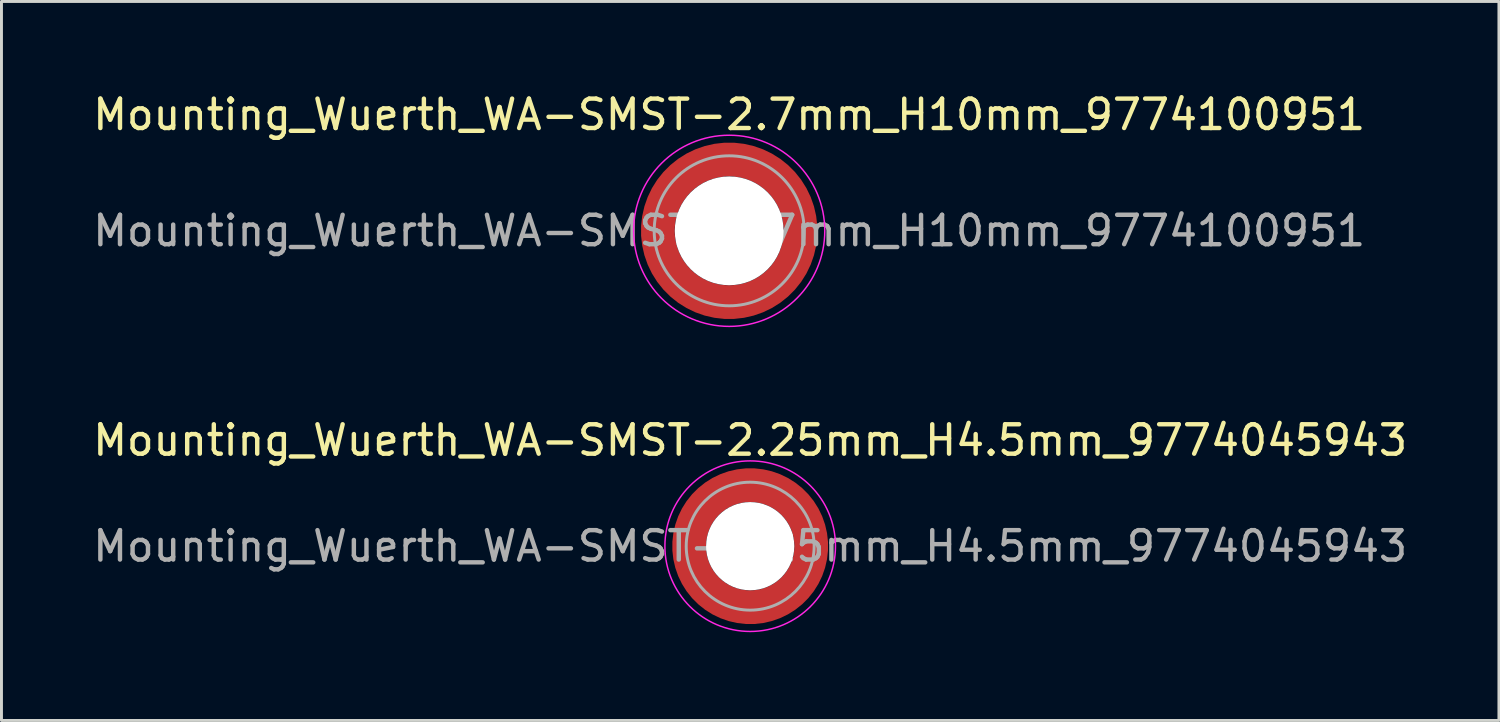
<source format=kicad_pcb>
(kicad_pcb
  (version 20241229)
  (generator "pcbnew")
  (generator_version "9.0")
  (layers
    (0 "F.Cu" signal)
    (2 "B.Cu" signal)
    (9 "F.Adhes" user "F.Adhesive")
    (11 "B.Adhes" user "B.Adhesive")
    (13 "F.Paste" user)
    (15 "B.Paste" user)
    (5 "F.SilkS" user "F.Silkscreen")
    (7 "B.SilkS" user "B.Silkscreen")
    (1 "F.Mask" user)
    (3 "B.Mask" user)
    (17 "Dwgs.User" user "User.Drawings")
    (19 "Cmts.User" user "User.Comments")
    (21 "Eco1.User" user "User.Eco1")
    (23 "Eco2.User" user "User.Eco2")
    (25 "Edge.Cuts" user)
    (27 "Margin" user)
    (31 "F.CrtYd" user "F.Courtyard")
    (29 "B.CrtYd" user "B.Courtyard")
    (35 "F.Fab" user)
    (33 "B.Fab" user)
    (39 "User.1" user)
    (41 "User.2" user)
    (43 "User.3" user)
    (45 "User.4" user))
  (footprint "Mounting_Wuerth_WA-SMST-2.7mm_H10mm_9774100951"
    (layer "F.Cu")
    (at 21.744 4.798)
    (property "Reference" "Mounting_Wuerth_WA-SMST-2.7mm_H10mm_9774100951" (at 0 -3.95 0) (layer "F.SilkS") (effects (font (size 1 1) (thickness 0.15))))
    (attr smd)
    (fp_circle (center 0 0) (end 3.25 0) (stroke (width 0.05) (type solid)) (fill no) (layer "F.CrtYd"))
    (fp_circle (center 0 0) (end 2.55 0) (stroke (width 0.1) (type solid)) (fill no) (layer "F.Fab"))
    (fp_text user "${REFERENCE}" (at 0 0 0) (layer "F.Fab") (effects (font (size 1 1) (thickness 0.15))))
    (pad "" smd custom (at -1.704 -1.704) (size 0.62 0.62) (layers "F.Paste") (options (anchor circle)) (primitives (gr_arc (start -0.250195 1.279127) (mid 0.289146 0.290681) (end 1.277006 -0.249732) (width 0.2)) (gr_arc (start -0.34334 1.279127) (mid 0.224883 0.226093) (end 1.277452 -0.342992) (width 0.2)) (gr_arc (start -0.436309 1.279127) (mid 0.160537 0.16159) (end 1.277666 -0.436018) (width 0.2)) (gr_arc (start -0.529126 1.279127) (mid 0.095932 0.097343) (end 1.277167 -0.528752) (width 0.2)) (gr_arc (start -0.621807 1.279127) (mid 0.0309 0.033527) (end 1.275473 -0.621136) (width 0.2)) (gr_arc (start -0.71437 1.279127) (mid -0.03322 -0.031206) (end 1.276322 -0.713875) (width 0.2)) (gr_arc (start -0.806826 1.279127) (mid -0.097997 -0.095278) (end 1.275336 -0.806181) (width 0.2)) (gr_arc (start -0.899187 1.279127) (mid -0.161977 -0.16015) (end 1.276577 -0.898769) (width 0.2)) (gr_arc (start -0.991463 1.279127) (mid -0.226842 -0.224133) (end 1.275343 -0.990864) (width 0.2)) (gr_arc (start -1.083663 1.279127) (mid -0.291026 -0.288801) (end 1.276016 -1.083187) (width 0.2)) (gr_line (start 1.279 -0.25) (end 1.279 -1.084) (width 0.2)) (gr_line (start -0.25 1.279) (end -1.084 1.279) (width 0.2))))
    (pad "" smd custom (at -1.704 1.704) (size 0.62 0.62) (layers "F.Paste") (options (anchor circle)) (primitives (gr_arc (start 1.279127 0.250195) (mid 0.290681 -0.289146) (end -0.249732 -1.277006) (width 0.2)) (gr_arc (start 1.279127 0.34334) (mid 0.226093 -0.224883) (end -0.342992 -1.277452) (width 0.2)) (gr_arc (start 1.279127 0.436309) (mid 0.16159 -0.160537) (end -0.436018 -1.277666) (width 0.2)) (gr_arc (start 1.279127 0.529126) (mid 0.097343 -0.095932) (end -0.528752 -1.277167) (width 0.2)) (gr_arc (start 1.279127 0.621807) (mid 0.033527 -0.0309) (end -0.621136 -1.275473) (width 0.2)) (gr_arc (start 1.279127 0.71437) (mid -0.031206 0.03322) (end -0.713875 -1.276322) (width 0.2)) (gr_arc (start 1.279127 0.806826) (mid -0.095278 0.097997) (end -0.806181 -1.275336) (width 0.2)) (gr_arc (start 1.279127 0.899187) (mid -0.16015 0.161977) (end -0.898769 -1.276577) (width 0.2)) (gr_arc (start 1.279127 0.991463) (mid -0.224133 0.226842) (end -0.990864 -1.275343) (width 0.2)) (gr_arc (start 1.279127 1.083663) (mid -0.288801 0.291026) (end -1.083187 -1.276016) (width 0.2)) (gr_line (start -0.25 -1.279) (end -1.084 -1.279) (width 0.2)) (gr_line (start 1.279 0.25) (end 1.279 1.084) (width 0.2))))
    (pad "" np_thru_hole circle (at 0 0) (size 3.7 3.7) (drill 3.7) (layers "*.Cu" "*.Mask"))
    (pad "" smd custom (at 1.704 -1.704) (size 0.62 0.62) (layers "F.Paste") (options (anchor circle)) (primitives (gr_arc (start -1.279127 -0.250195) (mid -0.290681 0.289146) (end 0.249732 1.277006) (width 0.2)) (gr_arc (start -1.279127 -0.34334) (mid -0.226093 0.224883) (end 0.342992 1.277452) (width 0.2)) (gr_arc (start -1.279127 -0.436309) (mid -0.16159 0.160537) (end 0.436018 1.277666) (width 0.2)) (gr_arc (start -1.279127 -0.529126) (mid -0.097343 0.095932) (end 0.528752 1.277167) (width 0.2)) (gr_arc (start -1.279127 -0.621807) (mid -0.033527 0.0309) (end 0.621136 1.275473) (width 0.2)) (gr_arc (start -1.279127 -0.71437) (mid 0.031206 -0.03322) (end 0.713875 1.276322) (width 0.2)) (gr_arc (start -1.279127 -0.806826) (mid 0.095278 -0.097997) (end 0.806181 1.275336) (width 0.2)) (gr_arc (start -1.279127 -0.899187) (mid 0.16015 -0.161977) (end 0.898769 1.276577) (width 0.2)) (gr_arc (start -1.279127 -0.991463) (mid 0.224133 -0.226842) (end 0.990864 1.275343) (width 0.2)) (gr_arc (start -1.279127 -1.083663) (mid 0.288801 -0.291026) (end 1.083187 1.276016) (width 0.2)) (gr_line (start 0.25 1.279) (end 1.084 1.279) (width 0.2)) (gr_line (start -1.279 -0.25) (end -1.279 -1.084) (width 0.2))))
    (pad "" smd custom (at 1.704 1.704) (size 0.62 0.62) (layers "F.Paste") (options (anchor circle)) (primitives (gr_arc (start 0.250195 -1.279127) (mid -0.289146 -0.290681) (end -1.277006 0.249732) (width 0.2)) (gr_arc (start 0.34334 -1.279127) (mid -0.224883 -0.226093) (end -1.277452 0.342992) (width 0.2)) (gr_arc (start 0.436309 -1.279127) (mid -0.160537 -0.16159) (end -1.277666 0.436018) (width 0.2)) (gr_arc (start 0.529126 -1.279127) (mid -0.095932 -0.097343) (end -1.277167 0.528752) (width 0.2)) (gr_arc (start 0.621807 -1.279127) (mid -0.0309 -0.033527) (end -1.275473 0.621136) (width 0.2)) (gr_arc (start 0.71437 -1.279127) (mid 0.03322 0.031206) (end -1.276322 0.713875) (width 0.2)) (gr_arc (start 0.806826 -1.279127) (mid 0.097997 0.095278) (end -1.275336 0.806181) (width 0.2)) (gr_arc (start 0.899187 -1.279127) (mid 0.161977 0.16015) (end -1.276577 0.898769) (width 0.2)) (gr_arc (start 0.991463 -1.279127) (mid 0.226842 0.224133) (end -1.275343 0.990864) (width 0.2)) (gr_arc (start 1.083663 -1.279127) (mid 0.291026 0.288801) (end -1.276016 1.083187) (width 0.2)) (gr_line (start -1.279 0.25) (end -1.279 1.084) (width 0.2)) (gr_line (start 0.25 -1.279) (end 1.084 -1.279) (width 0.2))))
    (pad "1" smd circle (at -2.425 0) (size 0.75 0.75) (layers "F.Cu"))
    (pad "1" smd circle (at 0 -2.425) (size 0.75 0.75) (layers "F.Cu"))
    (pad "1" smd circle (at 0 2.425) (size 0.75 0.75) (layers "F.Cu"))
    (pad "1" smd custom (at 2.425 0) (size 0.75 0.75) (layers "F.Cu" "F.Mask") (options (anchor circle)) (primitives (gr_circle (center -2.425 0) (end 0 0) (width 1.15) (fill no)))))
  (footprint "Mounting_Wuerth_WA-SMST-2.25mm_H4.5mm_9774045943"
    (layer "F.Cu")
    (at 22.458 15.521)
    (property "Reference" "Mounting_Wuerth_WA-SMST-2.25mm_H4.5mm_9774045943" (at 0 -3.6 0) (layer "F.SilkS") (effects (font (size 1 1) (thickness 0.15))))
    (attr smd)
    (fp_circle (center 0 0) (end 2.9 0) (stroke (width 0.05) (type solid)) (fill no) (layer "F.CrtYd"))
    (fp_circle (center 0 0) (end 2.175 0) (stroke (width 0.1) (type solid)) (fill no) (layer "F.Fab"))
    (fp_text user "${REFERENCE}" (at 0 0 0) (layer "F.Fab") (effects (font (size 1 1) (thickness 0.15))))
    (pad "" smd custom (at -1.453 -1.453) (size 0.61 0.61) (layers "F.Paste") (options (anchor circle)) (primitives (gr_arc (start -0.147677 1.053104) (mid 0.285964 0.286792) (end 1.051968 -0.147393) (width 0.2)) (gr_arc (start -0.240295 1.053104) (mid 0.22253 0.222946) (end 1.052531 -0.24016) (width 0.2)) (gr_arc (start -0.332645 1.053104) (mid 0.158548 0.15965) (end 1.051583 -0.332304) (width 0.2)) (gr_arc (start -0.424767 1.053104) (mid 0.09486 0.096059) (end 1.051446 -0.424413) (width 0.2)) (gr_arc (start -0.516693 1.053104) (mid 0.031293 0.032346) (end 1.051645 -0.516396) (width 0.2)) (gr_arc (start -0.608448 1.053104) (mid -0.032323 -0.031316) (end 1.051707 -0.608176) (width 0.2)) (gr_arc (start -0.700056 1.053104) (mid -0.09616 -0.094758) (end 1.051155 -0.699693) (width 0.2)) (gr_arc (start -0.791534 1.053104) (mid -0.160388 -0.15781) (end 1.049515 -0.790891) (width 0.2)) (gr_arc (start -0.882896 1.053104) (mid -0.223713 -0.221764) (end 1.050388 -0.882429) (width 0.2)) (gr_arc (start -0.974157 1.053104) (mid -0.287654 -0.2851) (end 1.049541 -0.973566) (width 0.2)) (gr_line (start 1.053 -0.148) (end 1.053 -0.974) (width 0.2)) (gr_line (start -0.148 1.053) (end -0.974 1.053) (width 0.2))))
    (pad "" smd custom (at -1.453 1.453) (size 0.61 0.61) (layers "F.Paste") (options (anchor circle)) (primitives (gr_arc (start 1.053104 0.147677) (mid 0.286792 -0.285964) (end -0.147393 -1.051968) (width 0.2)) (gr_arc (start 1.053104 0.240295) (mid 0.222946 -0.22253) (end -0.24016 -1.052531) (width 0.2)) (gr_arc (start 1.053104 0.332645) (mid 0.15965 -0.158548) (end -0.332304 -1.051583) (width 0.2)) (gr_arc (start 1.053104 0.424767) (mid 0.096059 -0.09486) (end -0.424413 -1.051446) (width 0.2)) (gr_arc (start 1.053104 0.516693) (mid 0.032346 -0.031293) (end -0.516396 -1.051645) (width 0.2)) (gr_arc (start 1.053104 0.608448) (mid -0.031316 0.032323) (end -0.608176 -1.051707) (width 0.2)) (gr_arc (start 1.053104 0.700056) (mid -0.094758 0.09616) (end -0.699693 -1.051155) (width 0.2)) (gr_arc (start 1.053104 0.791534) (mid -0.15781 0.160388) (end -0.790891 -1.049515) (width 0.2)) (gr_arc (start 1.053104 0.882896) (mid -0.221765 0.223713) (end -0.882429 -1.050388) (width 0.2)) (gr_arc (start 1.053104 0.974157) (mid -0.2851 0.287654) (end -0.973566 -1.049541) (width 0.2)) (gr_line (start -0.148 -1.053) (end -0.974 -1.053) (width 0.2)) (gr_line (start 1.053 0.148) (end 1.053 0.974) (width 0.2))))
    (pad "" np_thru_hole circle (at 0 0) (size 3 3) (drill 3) (layers "*.Cu" "*.Mask"))
    (pad "" smd custom (at 1.453 -1.453) (size 0.61 0.61) (layers "F.Paste") (options (anchor circle)) (primitives (gr_arc (start -1.053104 -0.147677) (mid -0.286792 0.285964) (end 0.147393 1.051968) (width 0.2)) (gr_arc (start -1.053104 -0.240295) (mid -0.222946 0.22253) (end 0.24016 1.052531) (width 0.2)) (gr_arc (start -1.053104 -0.332645) (mid -0.15965 0.158548) (end 0.332304 1.051583) (width 0.2)) (gr_arc (start -1.053104 -0.424767) (mid -0.096059 0.09486) (end 0.424413 1.051446) (width 0.2)) (gr_arc (start -1.053104 -0.516693) (mid -0.032346 0.031293) (end 0.516396 1.051645) (width 0.2)) (gr_arc (start -1.053104 -0.608448) (mid 0.031316 -0.032323) (end 0.608176 1.051707) (width 0.2)) (gr_arc (start -1.053104 -0.700056) (mid 0.094758 -0.09616) (end 0.699693 1.051155) (width 0.2)) (gr_arc (start -1.053104 -0.791534) (mid 0.15781 -0.160388) (end 0.790891 1.049515) (width 0.2)) (gr_arc (start -1.053104 -0.882896) (mid 0.221764 -0.223713) (end 0.882429 1.050388) (width 0.2)) (gr_arc (start -1.053104 -0.974157) (mid 0.2851 -0.287654) (end 0.973566 1.049541) (width 0.2)) (gr_line (start 0.148 1.053) (end 0.974 1.053) (width 0.2)) (gr_line (start -1.053 -0.148) (end -1.053 -0.974) (width 0.2))))
    (pad "" smd custom (at 1.453 1.453) (size 0.61 0.61) (layers "F.Paste") (options (anchor circle)) (primitives (gr_arc (start 0.147677 -1.053104) (mid -0.285964 -0.286792) (end -1.051968 0.147393) (width 0.2)) (gr_arc (start 0.240295 -1.053104) (mid -0.22253 -0.222946) (end -1.052531 0.24016) (width 0.2)) (gr_arc (start 0.332645 -1.053104) (mid -0.158548 -0.15965) (end -1.051583 0.332304) (width 0.2)) (gr_arc (start 0.424767 -1.053104) (mid -0.09486 -0.096059) (end -1.051446 0.424413) (width 0.2)) (gr_arc (start 0.516693 -1.053104) (mid -0.031293 -0.032346) (end -1.051645 0.516396) (width 0.2)) (gr_arc (start 0.608448 -1.053104) (mid 0.032323 0.031316) (end -1.051707 0.608176) (width 0.2)) (gr_arc (start 0.700056 -1.053104) (mid 0.09616 0.094758) (end -1.051155 0.699693) (width 0.2)) (gr_arc (start 0.791534 -1.053104) (mid 0.160388 0.15781) (end -1.049515 0.790891) (width 0.2)) (gr_arc (start 0.882896 -1.053104) (mid 0.223713 0.221764) (end -1.050388 0.882429) (width 0.2)) (gr_arc (start 0.974157 -1.053104) (mid 0.287654 0.2851) (end -1.049541 0.973566) (width 0.2)) (gr_line (start -1.053 0.148) (end -1.053 0.974) (width 0.2)) (gr_line (start 0.148 -1.053) (end 0.974 -1.053) (width 0.2))))
    (pad "1" smd circle (at -2.075 0) (size 0.75 0.75) (layers "F.Cu"))
    (pad "1" smd circle (at 0 -2.075) (size 0.75 0.75) (layers "F.Cu"))
    (pad "1" smd circle (at 0 2.075) (size 0.75 0.75) (layers "F.Cu"))
    (pad "1" smd custom (at 2.075 0) (size 0.75 0.75) (layers "F.Cu" "F.Mask") (options (anchor circle)) (primitives (gr_circle (center -2.075 0) (end 0 0) (width 1.15) (fill no)))))
  (gr_rect
    (start -3 -3)
    (end 47.917 21.447)
    (stroke (width 0.1) (type default))
    (fill no)
    (layer "Edge.Cuts")))
</source>
